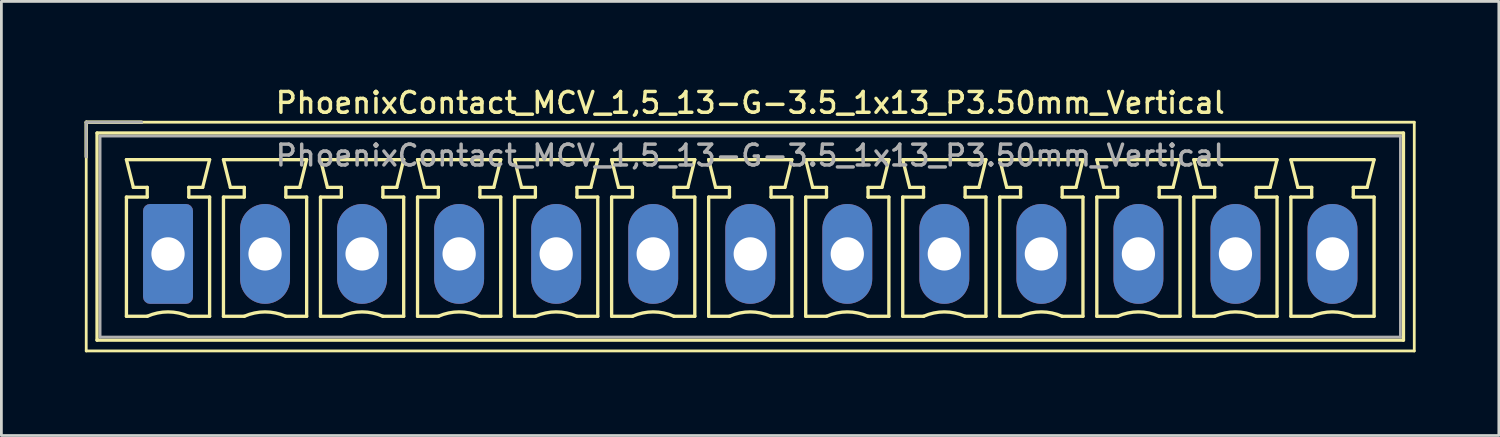
<source format=kicad_pcb>
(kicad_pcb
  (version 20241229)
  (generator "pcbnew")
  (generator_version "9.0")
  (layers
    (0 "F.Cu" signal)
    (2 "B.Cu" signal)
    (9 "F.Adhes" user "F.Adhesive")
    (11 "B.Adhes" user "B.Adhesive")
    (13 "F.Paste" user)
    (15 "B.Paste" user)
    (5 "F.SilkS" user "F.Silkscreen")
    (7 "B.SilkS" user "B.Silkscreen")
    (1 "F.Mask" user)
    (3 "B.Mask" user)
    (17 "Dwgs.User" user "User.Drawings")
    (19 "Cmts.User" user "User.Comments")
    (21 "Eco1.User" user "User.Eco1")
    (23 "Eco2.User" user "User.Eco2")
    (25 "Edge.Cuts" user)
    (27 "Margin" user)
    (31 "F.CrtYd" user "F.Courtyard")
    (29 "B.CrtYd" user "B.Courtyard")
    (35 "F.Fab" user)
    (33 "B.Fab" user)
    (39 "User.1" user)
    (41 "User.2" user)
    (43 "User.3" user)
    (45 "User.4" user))
  (footprint "PhoenixContact_MCV_1,5_13-G-3.5_1x13_P3.50mm_Vertical"
    (layer "F.Cu")
    (at 3.01 6.108)
    (property "Reference" "PhoenixContact_MCV_1,5_13-G-3.5_1x13_P3.50mm_Vertical" (at 21 -5.45 0) (layer "F.SilkS") (effects (font (size 0.75 0.75) (thickness 0.125))))
    (attr through_hole)
    (fp_line (start -2.95 -4.75) (end -2.95 3.5) (stroke (width 0.1) (type solid)) (layer "F.SilkS"))
    (fp_line (start -2.95 -4.75) (end -0.95 -4.75) (stroke (width 0.12) (type solid)) (layer "F.SilkS"))
    (fp_line (start -2.95 -3.5) (end -2.95 -4.75) (stroke (width 0.12) (type solid)) (layer "F.SilkS"))
    (fp_line (start -2.95 3.5) (end 44.95 3.5) (stroke (width 0.1) (type solid)) (layer "F.SilkS"))
    (fp_line (start -2.56 -4.36) (end -2.56 3.11) (stroke (width 0.12) (type solid)) (layer "F.SilkS"))
    (fp_line (start -2.56 3.11) (end 44.56 3.11) (stroke (width 0.12) (type solid)) (layer "F.SilkS"))
    (fp_line (start -1.5 -3.4) (end 1.5 -3.4) (stroke (width 0.12) (type solid)) (layer "F.SilkS"))
    (fp_line (start -1.5 -2.05) (end -0.75 -2.05) (stroke (width 0.12) (type solid)) (layer "F.SilkS"))
    (fp_line (start -1.5 2.25) (end -1.5 -2.05) (stroke (width 0.12) (type solid)) (layer "F.SilkS"))
    (fp_line (start -1.25 -2.4) (end -1.5 -3.4) (stroke (width 0.12) (type solid)) (layer "F.SilkS"))
    (fp_line (start -0.75 -2.4) (end -1.25 -2.4) (stroke (width 0.12) (type solid)) (layer "F.SilkS"))
    (fp_line (start -0.75 -2.05) (end -0.75 -2.4) (stroke (width 0.12) (type solid)) (layer "F.SilkS"))
    (fp_line (start -0.75 2.25) (end -1.5 2.25) (stroke (width 0.12) (type solid)) (layer "F.SilkS"))
    (fp_line (start 0.75 -2.4) (end 0.75 -2.05) (stroke (width 0.12) (type solid)) (layer "F.SilkS"))
    (fp_line (start 0.75 -2.05) (end 1.5 -2.05) (stroke (width 0.12) (type solid)) (layer "F.SilkS"))
    (fp_line (start 1.25 -2.4) (end 0.75 -2.4) (stroke (width 0.12) (type solid)) (layer "F.SilkS"))
    (fp_line (start 1.5 -3.4) (end 1.25 -2.4) (stroke (width 0.12) (type solid)) (layer "F.SilkS"))
    (fp_line (start 1.5 -2.05) (end 1.5 2.25) (stroke (width 0.12) (type solid)) (layer "F.SilkS"))
    (fp_line (start 1.5 2.25) (end 0.75 2.25) (stroke (width 0.12) (type solid)) (layer "F.SilkS"))
    (fp_line (start 2 -3.4) (end 5 -3.4) (stroke (width 0.12) (type solid)) (layer "F.SilkS"))
    (fp_line (start 2 -2.05) (end 2.75 -2.05) (stroke (width 0.12) (type solid)) (layer "F.SilkS"))
    (fp_line (start 2 2.25) (end 2 -2.05) (stroke (width 0.12) (type solid)) (layer "F.SilkS"))
    (fp_line (start 2.25 -2.4) (end 2 -3.4) (stroke (width 0.12) (type solid)) (layer "F.SilkS"))
    (fp_line (start 2.75 -2.4) (end 2.25 -2.4) (stroke (width 0.12) (type solid)) (layer "F.SilkS"))
    (fp_line (start 2.75 -2.05) (end 2.75 -2.4) (stroke (width 0.12) (type solid)) (layer "F.SilkS"))
    (fp_line (start 2.75 2.25) (end 2 2.25) (stroke (width 0.12) (type solid)) (layer "F.SilkS"))
    (fp_line (start 4.25 -2.4) (end 4.25 -2.05) (stroke (width 0.12) (type solid)) (layer "F.SilkS"))
    (fp_line (start 4.25 -2.05) (end 5 -2.05) (stroke (width 0.12) (type solid)) (layer "F.SilkS"))
    (fp_line (start 4.75 -2.4) (end 4.25 -2.4) (stroke (width 0.12) (type solid)) (layer "F.SilkS"))
    (fp_line (start 5 -3.4) (end 4.75 -2.4) (stroke (width 0.12) (type solid)) (layer "F.SilkS"))
    (fp_line (start 5 -2.05) (end 5 2.25) (stroke (width 0.12) (type solid)) (layer "F.SilkS"))
    (fp_line (start 5 2.25) (end 4.25 2.25) (stroke (width 0.12) (type solid)) (layer "F.SilkS"))
    (fp_line (start 5.5 -3.4) (end 8.5 -3.4) (stroke (width 0.12) (type solid)) (layer "F.SilkS"))
    (fp_line (start 5.5 -2.05) (end 6.25 -2.05) (stroke (width 0.12) (type solid)) (layer "F.SilkS"))
    (fp_line (start 5.5 2.25) (end 5.5 -2.05) (stroke (width 0.12) (type solid)) (layer "F.SilkS"))
    (fp_line (start 5.75 -2.4) (end 5.5 -3.4) (stroke (width 0.12) (type solid)) (layer "F.SilkS"))
    (fp_line (start 6.25 -2.4) (end 5.75 -2.4) (stroke (width 0.12) (type solid)) (layer "F.SilkS"))
    (fp_line (start 6.25 -2.05) (end 6.25 -2.4) (stroke (width 0.12) (type solid)) (layer "F.SilkS"))
    (fp_line (start 6.25 2.25) (end 5.5 2.25) (stroke (width 0.12) (type solid)) (layer "F.SilkS"))
    (fp_line (start 7.75 -2.4) (end 7.75 -2.05) (stroke (width 0.12) (type solid)) (layer "F.SilkS"))
    (fp_line (start 7.75 -2.05) (end 8.5 -2.05) (stroke (width 0.12) (type solid)) (layer "F.SilkS"))
    (fp_line (start 8.25 -2.4) (end 7.75 -2.4) (stroke (width 0.12) (type solid)) (layer "F.SilkS"))
    (fp_line (start 8.5 -3.4) (end 8.25 -2.4) (stroke (width 0.12) (type solid)) (layer "F.SilkS"))
    (fp_line (start 8.5 -2.05) (end 8.5 2.25) (stroke (width 0.12) (type solid)) (layer "F.SilkS"))
    (fp_line (start 8.5 2.25) (end 7.75 2.25) (stroke (width 0.12) (type solid)) (layer "F.SilkS"))
    (fp_line (start 9 -3.4) (end 12 -3.4) (stroke (width 0.12) (type solid)) (layer "F.SilkS"))
    (fp_line (start 9 -2.05) (end 9.75 -2.05) (stroke (width 0.12) (type solid)) (layer "F.SilkS"))
    (fp_line (start 9 2.25) (end 9 -2.05) (stroke (width 0.12) (type solid)) (layer "F.SilkS"))
    (fp_line (start 9.25 -2.4) (end 9 -3.4) (stroke (width 0.12) (type solid)) (layer "F.SilkS"))
    (fp_line (start 9.75 -2.4) (end 9.25 -2.4) (stroke (width 0.12) (type solid)) (layer "F.SilkS"))
    (fp_line (start 9.75 -2.05) (end 9.75 -2.4) (stroke (width 0.12) (type solid)) (layer "F.SilkS"))
    (fp_line (start 9.75 2.25) (end 9 2.25) (stroke (width 0.12) (type solid)) (layer "F.SilkS"))
    (fp_line (start 11.25 -2.4) (end 11.25 -2.05) (stroke (width 0.12) (type solid)) (layer "F.SilkS"))
    (fp_line (start 11.25 -2.05) (end 12 -2.05) (stroke (width 0.12) (type solid)) (layer "F.SilkS"))
    (fp_line (start 11.75 -2.4) (end 11.25 -2.4) (stroke (width 0.12) (type solid)) (layer "F.SilkS"))
    (fp_line (start 12 -3.4) (end 11.75 -2.4) (stroke (width 0.12) (type solid)) (layer "F.SilkS"))
    (fp_line (start 12 -2.05) (end 12 2.25) (stroke (width 0.12) (type solid)) (layer "F.SilkS"))
    (fp_line (start 12 2.25) (end 11.25 2.25) (stroke (width 0.12) (type solid)) (layer "F.SilkS"))
    (fp_line (start 12.5 -3.4) (end 15.5 -3.4) (stroke (width 0.12) (type solid)) (layer "F.SilkS"))
    (fp_line (start 12.5 -2.05) (end 13.25 -2.05) (stroke (width 0.12) (type solid)) (layer "F.SilkS"))
    (fp_line (start 12.5 2.25) (end 12.5 -2.05) (stroke (width 0.12) (type solid)) (layer "F.SilkS"))
    (fp_line (start 12.75 -2.4) (end 12.5 -3.4) (stroke (width 0.12) (type solid)) (layer "F.SilkS"))
    (fp_line (start 13.25 -2.4) (end 12.75 -2.4) (stroke (width 0.12) (type solid)) (layer "F.SilkS"))
    (fp_line (start 13.25 -2.05) (end 13.25 -2.4) (stroke (width 0.12) (type solid)) (layer "F.SilkS"))
    (fp_line (start 13.25 2.25) (end 12.5 2.25) (stroke (width 0.12) (type solid)) (layer "F.SilkS"))
    (fp_line (start 14.75 -2.4) (end 14.75 -2.05) (stroke (width 0.12) (type solid)) (layer "F.SilkS"))
    (fp_line (start 14.75 -2.05) (end 15.5 -2.05) (stroke (width 0.12) (type solid)) (layer "F.SilkS"))
    (fp_line (start 15.25 -2.4) (end 14.75 -2.4) (stroke (width 0.12) (type solid)) (layer "F.SilkS"))
    (fp_line (start 15.5 -3.4) (end 15.25 -2.4) (stroke (width 0.12) (type solid)) (layer "F.SilkS"))
    (fp_line (start 15.5 -2.05) (end 15.5 2.25) (stroke (width 0.12) (type solid)) (layer "F.SilkS"))
    (fp_line (start 15.5 2.25) (end 14.75 2.25) (stroke (width 0.12) (type solid)) (layer "F.SilkS"))
    (fp_line (start 16 -3.4) (end 19 -3.4) (stroke (width 0.12) (type solid)) (layer "F.SilkS"))
    (fp_line (start 16 -2.05) (end 16.75 -2.05) (stroke (width 0.12) (type solid)) (layer "F.SilkS"))
    (fp_line (start 16 2.25) (end 16 -2.05) (stroke (width 0.12) (type solid)) (layer "F.SilkS"))
    (fp_line (start 16.25 -2.4) (end 16 -3.4) (stroke (width 0.12) (type solid)) (layer "F.SilkS"))
    (fp_line (start 16.75 -2.4) (end 16.25 -2.4) (stroke (width 0.12) (type solid)) (layer "F.SilkS"))
    (fp_line (start 16.75 -2.05) (end 16.75 -2.4) (stroke (width 0.12) (type solid)) (layer "F.SilkS"))
    (fp_line (start 16.75 2.25) (end 16 2.25) (stroke (width 0.12) (type solid)) (layer "F.SilkS"))
    (fp_line (start 18.25 -2.4) (end 18.25 -2.05) (stroke (width 0.12) (type solid)) (layer "F.SilkS"))
    (fp_line (start 18.25 -2.05) (end 19 -2.05) (stroke (width 0.12) (type solid)) (layer "F.SilkS"))
    (fp_line (start 18.75 -2.4) (end 18.25 -2.4) (stroke (width 0.12) (type solid)) (layer "F.SilkS"))
    (fp_line (start 19 -3.4) (end 18.75 -2.4) (stroke (width 0.12) (type solid)) (layer "F.SilkS"))
    (fp_line (start 19 -2.05) (end 19 2.25) (stroke (width 0.12) (type solid)) (layer "F.SilkS"))
    (fp_line (start 19 2.25) (end 18.25 2.25) (stroke (width 0.12) (type solid)) (layer "F.SilkS"))
    (fp_line (start 19.5 -3.4) (end 22.5 -3.4) (stroke (width 0.12) (type solid)) (layer "F.SilkS"))
    (fp_line (start 19.5 -2.05) (end 20.25 -2.05) (stroke (width 0.12) (type solid)) (layer "F.SilkS"))
    (fp_line (start 19.5 2.25) (end 19.5 -2.05) (stroke (width 0.12) (type solid)) (layer "F.SilkS"))
    (fp_line (start 19.75 -2.4) (end 19.5 -3.4) (stroke (width 0.12) (type solid)) (layer "F.SilkS"))
    (fp_line (start 20.25 -2.4) (end 19.75 -2.4) (stroke (width 0.12) (type solid)) (layer "F.SilkS"))
    (fp_line (start 20.25 -2.05) (end 20.25 -2.4) (stroke (width 0.12) (type solid)) (layer "F.SilkS"))
    (fp_line (start 20.25 2.25) (end 19.5 2.25) (stroke (width 0.12) (type solid)) (layer "F.SilkS"))
    (fp_line (start 21.75 -2.4) (end 21.75 -2.05) (stroke (width 0.12) (type solid)) (layer "F.SilkS"))
    (fp_line (start 21.75 -2.05) (end 22.5 -2.05) (stroke (width 0.12) (type solid)) (layer "F.SilkS"))
    (fp_line (start 22.25 -2.4) (end 21.75 -2.4) (stroke (width 0.12) (type solid)) (layer "F.SilkS"))
    (fp_line (start 22.5 -3.4) (end 22.25 -2.4) (stroke (width 0.12) (type solid)) (layer "F.SilkS"))
    (fp_line (start 22.5 -2.05) (end 22.5 2.25) (stroke (width 0.12) (type solid)) (layer "F.SilkS"))
    (fp_line (start 22.5 2.25) (end 21.75 2.25) (stroke (width 0.12) (type solid)) (layer "F.SilkS"))
    (fp_line (start 23 -3.4) (end 26 -3.4) (stroke (width 0.12) (type solid)) (layer "F.SilkS"))
    (fp_line (start 23 -2.05) (end 23.75 -2.05) (stroke (width 0.12) (type solid)) (layer "F.SilkS"))
    (fp_line (start 23 2.25) (end 23 -2.05) (stroke (width 0.12) (type solid)) (layer "F.SilkS"))
    (fp_line (start 23.25 -2.4) (end 23 -3.4) (stroke (width 0.12) (type solid)) (layer "F.SilkS"))
    (fp_line (start 23.75 -2.4) (end 23.25 -2.4) (stroke (width 0.12) (type solid)) (layer "F.SilkS"))
    (fp_line (start 23.75 -2.05) (end 23.75 -2.4) (stroke (width 0.12) (type solid)) (layer "F.SilkS"))
    (fp_line (start 23.75 2.25) (end 23 2.25) (stroke (width 0.12) (type solid)) (layer "F.SilkS"))
    (fp_line (start 25.25 -2.4) (end 25.25 -2.05) (stroke (width 0.12) (type solid)) (layer "F.SilkS"))
    (fp_line (start 25.25 -2.05) (end 26 -2.05) (stroke (width 0.12) (type solid)) (layer "F.SilkS"))
    (fp_line (start 25.75 -2.4) (end 25.25 -2.4) (stroke (width 0.12) (type solid)) (layer "F.SilkS"))
    (fp_line (start 26 -3.4) (end 25.75 -2.4) (stroke (width 0.12) (type solid)) (layer "F.SilkS"))
    (fp_line (start 26 -2.05) (end 26 2.25) (stroke (width 0.12) (type solid)) (layer "F.SilkS"))
    (fp_line (start 26 2.25) (end 25.25 2.25) (stroke (width 0.12) (type solid)) (layer "F.SilkS"))
    (fp_line (start 26.5 -3.4) (end 29.5 -3.4) (stroke (width 0.12) (type solid)) (layer "F.SilkS"))
    (fp_line (start 26.5 -2.05) (end 27.25 -2.05) (stroke (width 0.12) (type solid)) (layer "F.SilkS"))
    (fp_line (start 26.5 2.25) (end 26.5 -2.05) (stroke (width 0.12) (type solid)) (layer "F.SilkS"))
    (fp_line (start 26.75 -2.4) (end 26.5 -3.4) (stroke (width 0.12) (type solid)) (layer "F.SilkS"))
    (fp_line (start 27.25 -2.4) (end 26.75 -2.4) (stroke (width 0.12) (type solid)) (layer "F.SilkS"))
    (fp_line (start 27.25 -2.05) (end 27.25 -2.4) (stroke (width 0.12) (type solid)) (layer "F.SilkS"))
    (fp_line (start 27.25 2.25) (end 26.5 2.25) (stroke (width 0.12) (type solid)) (layer "F.SilkS"))
    (fp_line (start 28.75 -2.4) (end 28.75 -2.05) (stroke (width 0.12) (type solid)) (layer "F.SilkS"))
    (fp_line (start 28.75 -2.05) (end 29.5 -2.05) (stroke (width 0.12) (type solid)) (layer "F.SilkS"))
    (fp_line (start 29.25 -2.4) (end 28.75 -2.4) (stroke (width 0.12) (type solid)) (layer "F.SilkS"))
    (fp_line (start 29.5 -3.4) (end 29.25 -2.4) (stroke (width 0.12) (type solid)) (layer "F.SilkS"))
    (fp_line (start 29.5 -2.05) (end 29.5 2.25) (stroke (width 0.12) (type solid)) (layer "F.SilkS"))
    (fp_line (start 29.5 2.25) (end 28.75 2.25) (stroke (width 0.12) (type solid)) (layer "F.SilkS"))
    (fp_line (start 30 -3.4) (end 33 -3.4) (stroke (width 0.12) (type solid)) (layer "F.SilkS"))
    (fp_line (start 30 -2.05) (end 30.75 -2.05) (stroke (width 0.12) (type solid)) (layer "F.SilkS"))
    (fp_line (start 30 2.25) (end 30 -2.05) (stroke (width 0.12) (type solid)) (layer "F.SilkS"))
    (fp_line (start 30.25 -2.4) (end 30 -3.4) (stroke (width 0.12) (type solid)) (layer "F.SilkS"))
    (fp_line (start 30.75 -2.4) (end 30.25 -2.4) (stroke (width 0.12) (type solid)) (layer "F.SilkS"))
    (fp_line (start 30.75 -2.05) (end 30.75 -2.4) (stroke (width 0.12) (type solid)) (layer "F.SilkS"))
    (fp_line (start 30.75 2.25) (end 30 2.25) (stroke (width 0.12) (type solid)) (layer "F.SilkS"))
    (fp_line (start 32.25 -2.4) (end 32.25 -2.05) (stroke (width 0.12) (type solid)) (layer "F.SilkS"))
    (fp_line (start 32.25 -2.05) (end 33 -2.05) (stroke (width 0.12) (type solid)) (layer "F.SilkS"))
    (fp_line (start 32.75 -2.4) (end 32.25 -2.4) (stroke (width 0.12) (type solid)) (layer "F.SilkS"))
    (fp_line (start 33 -3.4) (end 32.75 -2.4) (stroke (width 0.12) (type solid)) (layer "F.SilkS"))
    (fp_line (start 33 -2.05) (end 33 2.25) (stroke (width 0.12) (type solid)) (layer "F.SilkS"))
    (fp_line (start 33 2.25) (end 32.25 2.25) (stroke (width 0.12) (type solid)) (layer "F.SilkS"))
    (fp_line (start 33.5 -3.4) (end 36.5 -3.4) (stroke (width 0.12) (type solid)) (layer "F.SilkS"))
    (fp_line (start 33.5 -2.05) (end 34.25 -2.05) (stroke (width 0.12) (type solid)) (layer "F.SilkS"))
    (fp_line (start 33.5 2.25) (end 33.5 -2.05) (stroke (width 0.12) (type solid)) (layer "F.SilkS"))
    (fp_line (start 33.75 -2.4) (end 33.5 -3.4) (stroke (width 0.12) (type solid)) (layer "F.SilkS"))
    (fp_line (start 34.25 -2.4) (end 33.75 -2.4) (stroke (width 0.12) (type solid)) (layer "F.SilkS"))
    (fp_line (start 34.25 -2.05) (end 34.25 -2.4) (stroke (width 0.12) (type solid)) (layer "F.SilkS"))
    (fp_line (start 34.25 2.25) (end 33.5 2.25) (stroke (width 0.12) (type solid)) (layer "F.SilkS"))
    (fp_line (start 35.75 -2.4) (end 35.75 -2.05) (stroke (width 0.12) (type solid)) (layer "F.SilkS"))
    (fp_line (start 35.75 -2.05) (end 36.5 -2.05) (stroke (width 0.12) (type solid)) (layer "F.SilkS"))
    (fp_line (start 36.25 -2.4) (end 35.75 -2.4) (stroke (width 0.12) (type solid)) (layer "F.SilkS"))
    (fp_line (start 36.5 -3.4) (end 36.25 -2.4) (stroke (width 0.12) (type solid)) (layer "F.SilkS"))
    (fp_line (start 36.5 -2.05) (end 36.5 2.25) (stroke (width 0.12) (type solid)) (layer "F.SilkS"))
    (fp_line (start 36.5 2.25) (end 35.75 2.25) (stroke (width 0.12) (type solid)) (layer "F.SilkS"))
    (fp_line (start 37 -3.4) (end 40 -3.4) (stroke (width 0.12) (type solid)) (layer "F.SilkS"))
    (fp_line (start 37 -2.05) (end 37.75 -2.05) (stroke (width 0.12) (type solid)) (layer "F.SilkS"))
    (fp_line (start 37 2.25) (end 37 -2.05) (stroke (width 0.12) (type solid)) (layer "F.SilkS"))
    (fp_line (start 37.25 -2.4) (end 37 -3.4) (stroke (width 0.12) (type solid)) (layer "F.SilkS"))
    (fp_line (start 37.75 -2.4) (end 37.25 -2.4) (stroke (width 0.12) (type solid)) (layer "F.SilkS"))
    (fp_line (start 37.75 -2.05) (end 37.75 -2.4) (stroke (width 0.12) (type solid)) (layer "F.SilkS"))
    (fp_line (start 37.75 2.25) (end 37 2.25) (stroke (width 0.12) (type solid)) (layer "F.SilkS"))
    (fp_line (start 39.25 -2.4) (end 39.25 -2.05) (stroke (width 0.12) (type solid)) (layer "F.SilkS"))
    (fp_line (start 39.25 -2.05) (end 40 -2.05) (stroke (width 0.12) (type solid)) (layer "F.SilkS"))
    (fp_line (start 39.75 -2.4) (end 39.25 -2.4) (stroke (width 0.12) (type solid)) (layer "F.SilkS"))
    (fp_line (start 40 -3.4) (end 39.75 -2.4) (stroke (width 0.12) (type solid)) (layer "F.SilkS"))
    (fp_line (start 40 -2.05) (end 40 2.25) (stroke (width 0.12) (type solid)) (layer "F.SilkS"))
    (fp_line (start 40 2.25) (end 39.25 2.25) (stroke (width 0.12) (type solid)) (layer "F.SilkS"))
    (fp_line (start 40.5 -3.4) (end 43.5 -3.4) (stroke (width 0.12) (type solid)) (layer "F.SilkS"))
    (fp_line (start 40.5 -2.05) (end 41.25 -2.05) (stroke (width 0.12) (type solid)) (layer "F.SilkS"))
    (fp_line (start 40.5 2.25) (end 40.5 -2.05) (stroke (width 0.12) (type solid)) (layer "F.SilkS"))
    (fp_line (start 40.75 -2.4) (end 40.5 -3.4) (stroke (width 0.12) (type solid)) (layer "F.SilkS"))
    (fp_line (start 41.25 -2.4) (end 40.75 -2.4) (stroke (width 0.12) (type solid)) (layer "F.SilkS"))
    (fp_line (start 41.25 -2.05) (end 41.25 -2.4) (stroke (width 0.12) (type solid)) (layer "F.SilkS"))
    (fp_line (start 41.25 2.25) (end 40.5 2.25) (stroke (width 0.12) (type solid)) (layer "F.SilkS"))
    (fp_line (start 42.75 -2.4) (end 42.75 -2.05) (stroke (width 0.12) (type solid)) (layer "F.SilkS"))
    (fp_line (start 42.75 -2.05) (end 43.5 -2.05) (stroke (width 0.12) (type solid)) (layer "F.SilkS"))
    (fp_line (start 43.25 -2.4) (end 42.75 -2.4) (stroke (width 0.12) (type solid)) (layer "F.SilkS"))
    (fp_line (start 43.5 -3.4) (end 43.25 -2.4) (stroke (width 0.12) (type solid)) (layer "F.SilkS"))
    (fp_line (start 43.5 -2.05) (end 43.5 2.25) (stroke (width 0.12) (type solid)) (layer "F.SilkS"))
    (fp_line (start 43.5 2.25) (end 42.75 2.25) (stroke (width 0.12) (type solid)) (layer "F.SilkS"))
    (fp_line (start 44.56 -4.36) (end -2.56 -4.36) (stroke (width 0.12) (type solid)) (layer "F.SilkS"))
    (fp_line (start 44.56 3.11) (end 44.56 -4.36) (stroke (width 0.12) (type solid)) (layer "F.SilkS"))
    (fp_line (start 44.95 -4.75) (end -2.95 -4.75) (stroke (width 0.1) (type solid)) (layer "F.SilkS"))
    (fp_line (start 44.95 3.5) (end 44.95 -4.75) (stroke (width 0.1) (type solid)) (layer "F.SilkS"))
    (fp_arc (start -0.75 2.25) (mid -0.000193 2.09191) (end 0.749647 2.249844) (stroke (width 0.12) (type solid)) (layer "F.SilkS"))
    (fp_arc (start 2.75 2.25) (mid 3.499807 2.09191) (end 4.249647 2.249844) (stroke (width 0.12) (type solid)) (layer "F.SilkS"))
    (fp_arc (start 6.25 2.25) (mid 6.999807 2.09191) (end 7.749647 2.249844) (stroke (width 0.12) (type solid)) (layer "F.SilkS"))
    (fp_arc (start 9.75 2.25) (mid 10.499807 2.09191) (end 11.249647 2.249844) (stroke (width 0.12) (type solid)) (layer "F.SilkS"))
    (fp_arc (start 13.25 2.25) (mid 13.999807 2.09191) (end 14.749647 2.249844) (stroke (width 0.12) (type solid)) (layer "F.SilkS"))
    (fp_arc (start 16.75 2.25) (mid 17.499807 2.09191) (end 18.249647 2.249844) (stroke (width 0.12) (type solid)) (layer "F.SilkS"))
    (fp_arc (start 20.25 2.25) (mid 20.999807 2.09191) (end 21.749647 2.249844) (stroke (width 0.12) (type solid)) (layer "F.SilkS"))
    (fp_arc (start 23.75 2.25) (mid 24.499807 2.09191) (end 25.249647 2.249844) (stroke (width 0.12) (type solid)) (layer "F.SilkS"))
    (fp_arc (start 27.25 2.25) (mid 27.999807 2.09191) (end 28.749647 2.249844) (stroke (width 0.12) (type solid)) (layer "F.SilkS"))
    (fp_arc (start 30.75 2.25) (mid 31.499807 2.09191) (end 32.249647 2.249844) (stroke (width 0.12) (type solid)) (layer "F.SilkS"))
    (fp_arc (start 34.25 2.25) (mid 34.999807 2.09191) (end 35.749647 2.249844) (stroke (width 0.12) (type solid)) (layer "F.SilkS"))
    (fp_arc (start 37.75 2.25) (mid 38.499807 2.09191) (end 39.249647 2.249844) (stroke (width 0.12) (type solid)) (layer "F.SilkS"))
    (fp_arc (start 41.25 2.25) (mid 41.999807 2.09191) (end 42.749647 2.249844) (stroke (width 0.12) (type solid)) (layer "F.SilkS"))
    (fp_line (start -2.95 -4.75) (end -0.95 -4.75) (stroke (width 0.1) (type solid)) (layer "F.Fab"))
    (fp_line (start -2.95 -3.5) (end -2.95 -4.75) (stroke (width 0.1) (type solid)) (layer "F.Fab"))
    (fp_line (start -2.45 -4.25) (end -2.45 3) (stroke (width 0.1) (type solid)) (layer "F.Fab"))
    (fp_line (start -2.45 3) (end 44.45 3) (stroke (width 0.1) (type solid)) (layer "F.Fab"))
    (fp_line (start 44.45 -4.25) (end -2.45 -4.25) (stroke (width 0.1) (type solid)) (layer "F.Fab"))
    (fp_line (start 44.45 3) (end 44.45 -4.25) (stroke (width 0.1) (type solid)) (layer "F.Fab"))
    (fp_text user "${REFERENCE}" (at 21 -3.55 0) (layer "F.Fab") (effects (font (size 0.75 0.75) (thickness 0.125))))
    (pad "1" thru_hole roundrect (at 0 0) (size 1.8 3.6) (drill 1.2) (layers "*.Cu" "*.Mask") (roundrect_rratio 0.139))
    (pad "2" thru_hole oval (at 3.5 0) (size 1.8 3.6) (drill 1.2) (layers "*.Cu" "*.Mask"))
    (pad "3" thru_hole oval (at 7 0) (size 1.8 3.6) (drill 1.2) (layers "*.Cu" "*.Mask"))
    (pad "4" thru_hole oval (at 10.5 0) (size 1.8 3.6) (drill 1.2) (layers "*.Cu" "*.Mask"))
    (pad "5" thru_hole oval (at 14 0) (size 1.8 3.6) (drill 1.2) (layers "*.Cu" "*.Mask"))
    (pad "6" thru_hole oval (at 17.5 0) (size 1.8 3.6) (drill 1.2) (layers "*.Cu" "*.Mask"))
    (pad "7" thru_hole oval (at 21 0) (size 1.8 3.6) (drill 1.2) (layers "*.Cu" "*.Mask"))
    (pad "8" thru_hole oval (at 24.5 0) (size 1.8 3.6) (drill 1.2) (layers "*.Cu" "*.Mask"))
    (pad "9" thru_hole oval (at 28 0) (size 1.8 3.6) (drill 1.2) (layers "*.Cu" "*.Mask"))
    (pad "10" thru_hole oval (at 31.5 0) (size 1.8 3.6) (drill 1.2) (layers "*.Cu" "*.Mask"))
    (pad "11" thru_hole oval (at 35 0) (size 1.8 3.6) (drill 1.2) (layers "*.Cu" "*.Mask"))
    (pad "12" thru_hole oval (at 38.5 0) (size 1.8 3.6) (drill 1.2) (layers "*.Cu" "*.Mask"))
    (pad "13" thru_hole oval (at 42 0) (size 1.8 3.6) (drill 1.2) (layers "*.Cu" "*.Mask")))
  (gr_rect
    (start -3 -3)
    (end 51.01 12.658)
    (stroke (width 0.1) (type default))
    (fill no)
    (layer "Edge.Cuts")))
</source>
